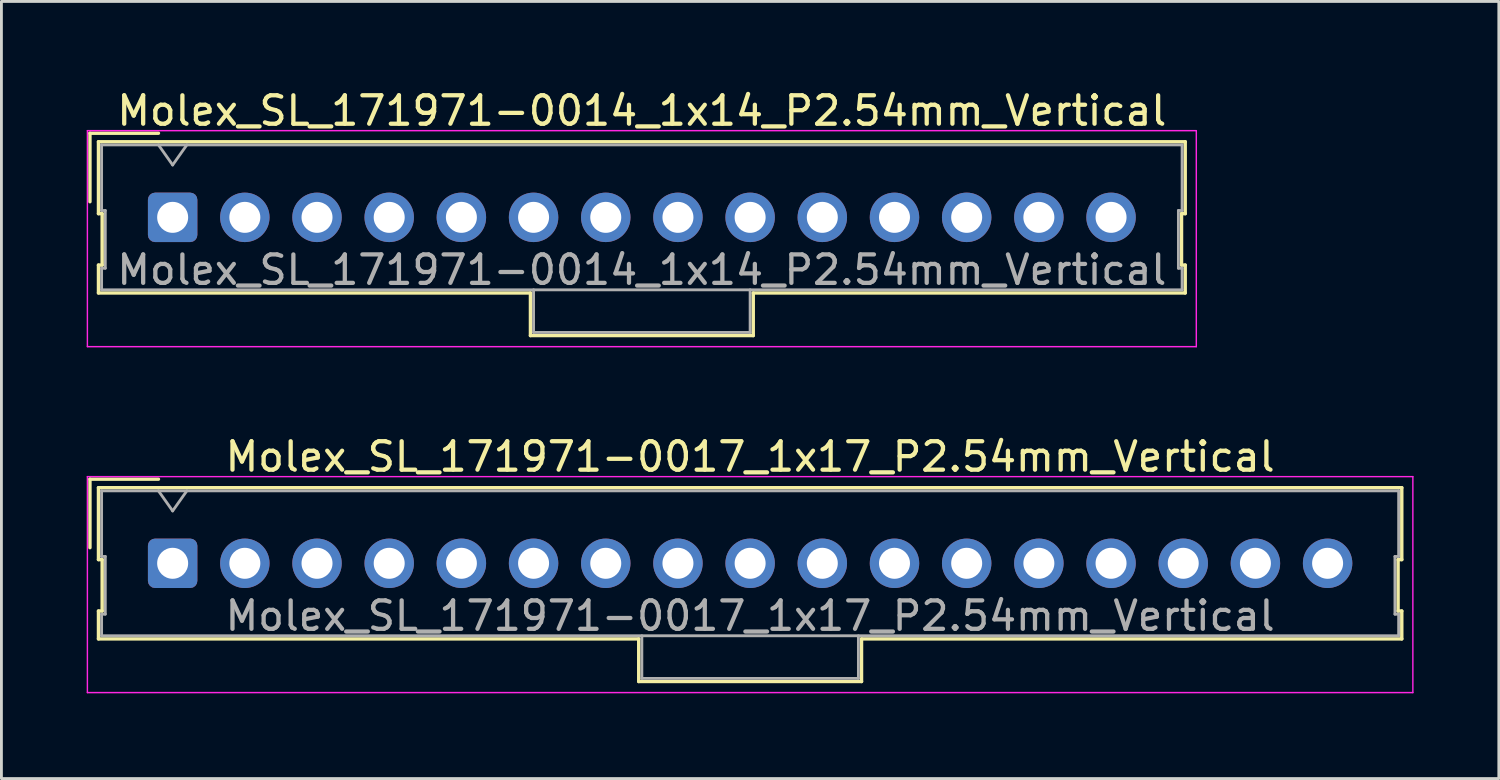
<source format=kicad_pcb>
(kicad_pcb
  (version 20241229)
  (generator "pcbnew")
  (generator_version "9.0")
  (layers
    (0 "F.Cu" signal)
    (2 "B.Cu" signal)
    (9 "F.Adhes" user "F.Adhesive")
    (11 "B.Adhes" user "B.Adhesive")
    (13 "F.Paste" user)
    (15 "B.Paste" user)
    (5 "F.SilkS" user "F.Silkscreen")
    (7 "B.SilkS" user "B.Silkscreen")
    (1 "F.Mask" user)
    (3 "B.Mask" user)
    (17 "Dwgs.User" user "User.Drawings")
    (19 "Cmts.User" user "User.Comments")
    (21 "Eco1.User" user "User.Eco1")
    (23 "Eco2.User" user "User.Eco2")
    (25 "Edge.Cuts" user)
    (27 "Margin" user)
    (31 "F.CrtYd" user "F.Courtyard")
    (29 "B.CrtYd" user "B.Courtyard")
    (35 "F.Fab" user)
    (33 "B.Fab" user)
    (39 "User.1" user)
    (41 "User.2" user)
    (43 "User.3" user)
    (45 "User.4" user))
  (footprint "Molex_SL_171971-0014_1x14_P2.54mm_Vertical"
    (layer "F.Cu")
    (at 3.025 4.598)
    (property "Reference" "Molex_SL_171971-0014_1x14_P2.54mm_Vertical" (at 16.51 -3.75 0) (layer "F.SilkS") (effects (font (size 1 1) (thickness 0.15))))
    (attr through_hole)
    (fp_line (start -2.91 -2.96) (end -0.5 -2.96) (stroke (width 0.12) (type solid)) (layer "F.SilkS"))
    (fp_line (start -2.91 -0.55) (end -2.91 -2.96) (stroke (width 0.12) (type solid)) (layer "F.SilkS"))
    (fp_line (start -2.61 -2.66) (end -2.61 -0.13) (stroke (width 0.12) (type solid)) (layer "F.SilkS"))
    (fp_line (start -2.61 -0.13) (end -2.48 -0.13) (stroke (width 0.12) (type solid)) (layer "F.SilkS"))
    (fp_line (start -2.61 1.68) (end -2.61 2.66) (stroke (width 0.12) (type solid)) (layer "F.SilkS"))
    (fp_line (start -2.61 2.66) (end 12.59 2.66) (stroke (width 0.12) (type solid)) (layer "F.SilkS"))
    (fp_line (start -2.48 -0.13) (end -2.48 1.68) (stroke (width 0.12) (type solid)) (layer "F.SilkS"))
    (fp_line (start -2.48 1.68) (end -2.61 1.68) (stroke (width 0.12) (type solid)) (layer "F.SilkS"))
    (fp_line (start 12.59 2.66) (end 12.59 4.16) (stroke (width 0.12) (type solid)) (layer "F.SilkS"))
    (fp_line (start 12.59 4.16) (end 20.43 4.16) (stroke (width 0.12) (type solid)) (layer "F.SilkS"))
    (fp_line (start 20.43 2.66) (end 35.63 2.66) (stroke (width 0.12) (type solid)) (layer "F.SilkS"))
    (fp_line (start 20.43 4.16) (end 20.43 2.66) (stroke (width 0.12) (type solid)) (layer "F.SilkS"))
    (fp_line (start 35.5 -0.13) (end 35.63 -0.13) (stroke (width 0.12) (type solid)) (layer "F.SilkS"))
    (fp_line (start 35.5 1.68) (end 35.5 -0.13) (stroke (width 0.12) (type solid)) (layer "F.SilkS"))
    (fp_line (start 35.63 -2.66) (end -2.61 -2.66) (stroke (width 0.12) (type solid)) (layer "F.SilkS"))
    (fp_line (start 35.63 -0.13) (end 35.63 -2.66) (stroke (width 0.12) (type solid)) (layer "F.SilkS"))
    (fp_line (start 35.63 1.68) (end 35.5 1.68) (stroke (width 0.12) (type solid)) (layer "F.SilkS"))
    (fp_line (start 35.63 2.66) (end 35.63 1.68) (stroke (width 0.12) (type solid)) (layer "F.SilkS"))
    (fp_line (start -3 -3.05) (end -3 4.55) (stroke (width 0.05) (type solid)) (layer "F.CrtYd"))
    (fp_line (start -3 4.55) (end 36.02 4.55) (stroke (width 0.05) (type solid)) (layer "F.CrtYd"))
    (fp_line (start 36.02 -3.05) (end -3 -3.05) (stroke (width 0.05) (type solid)) (layer "F.CrtYd"))
    (fp_line (start 36.02 4.55) (end 36.02 -3.05) (stroke (width 0.05) (type solid)) (layer "F.CrtYd"))
    (fp_line (start -2.5 -2.55) (end -2.5 -0.24) (stroke (width 0.1) (type solid)) (layer "F.Fab"))
    (fp_line (start -2.5 -0.24) (end -2.37 -0.24) (stroke (width 0.1) (type solid)) (layer "F.Fab"))
    (fp_line (start -2.5 1.79) (end -2.5 2.55) (stroke (width 0.1) (type solid)) (layer "F.Fab"))
    (fp_line (start -2.5 2.55) (end 35.52 2.55) (stroke (width 0.1) (type solid)) (layer "F.Fab"))
    (fp_line (start -2.37 -0.24) (end -2.37 1.79) (stroke (width 0.1) (type solid)) (layer "F.Fab"))
    (fp_line (start -2.37 1.79) (end -2.5 1.79) (stroke (width 0.1) (type solid)) (layer "F.Fab"))
    (fp_line (start 0 -1.843) (end -0.5 -2.55) (stroke (width 0.1) (type solid)) (layer "F.Fab"))
    (fp_line (start 0.5 -2.55) (end 0 -1.843) (stroke (width 0.1) (type solid)) (layer "F.Fab"))
    (fp_line (start 12.7 2.55) (end 12.7 4.05) (stroke (width 0.1) (type solid)) (layer "F.Fab"))
    (fp_line (start 12.7 4.05) (end 20.32 4.05) (stroke (width 0.1) (type solid)) (layer "F.Fab"))
    (fp_line (start 20.32 4.05) (end 20.32 2.55) (stroke (width 0.1) (type solid)) (layer "F.Fab"))
    (fp_line (start 35.39 -0.24) (end 35.52 -0.24) (stroke (width 0.1) (type solid)) (layer "F.Fab"))
    (fp_line (start 35.39 1.79) (end 35.39 -0.24) (stroke (width 0.1) (type solid)) (layer "F.Fab"))
    (fp_line (start 35.52 -2.55) (end -2.5 -2.55) (stroke (width 0.1) (type solid)) (layer "F.Fab"))
    (fp_line (start 35.52 -0.24) (end 35.52 -2.55) (stroke (width 0.1) (type solid)) (layer "F.Fab"))
    (fp_line (start 35.52 1.79) (end 35.39 1.79) (stroke (width 0.1) (type solid)) (layer "F.Fab"))
    (fp_line (start 35.52 2.55) (end 35.52 1.79) (stroke (width 0.1) (type solid)) (layer "F.Fab"))
    (fp_text user "${REFERENCE}" (at 16.51 1.85 0) (layer "F.Fab") (effects (font (size 1 1) (thickness 0.15))))
    (pad "1" thru_hole roundrect (at 0 0) (size 1.74 1.74) (drill 1.09) (layers "*.Cu" "*.Mask") (roundrect_rratio 0.144))
    (pad "2" thru_hole circle (at 2.54 0) (size 1.74 1.74) (drill 1.09) (layers "*.Cu" "*.Mask"))
    (pad "3" thru_hole circle (at 5.08 0) (size 1.74 1.74) (drill 1.09) (layers "*.Cu" "*.Mask"))
    (pad "4" thru_hole circle (at 7.62 0) (size 1.74 1.74) (drill 1.09) (layers "*.Cu" "*.Mask"))
    (pad "5" thru_hole circle (at 10.16 0) (size 1.74 1.74) (drill 1.09) (layers "*.Cu" "*.Mask"))
    (pad "6" thru_hole circle (at 12.7 0) (size 1.74 1.74) (drill 1.09) (layers "*.Cu" "*.Mask"))
    (pad "7" thru_hole circle (at 15.24 0) (size 1.74 1.74) (drill 1.09) (layers "*.Cu" "*.Mask"))
    (pad "8" thru_hole circle (at 17.78 0) (size 1.74 1.74) (drill 1.09) (layers "*.Cu" "*.Mask"))
    (pad "9" thru_hole circle (at 20.32 0) (size 1.74 1.74) (drill 1.09) (layers "*.Cu" "*.Mask"))
    (pad "10" thru_hole circle (at 22.86 0) (size 1.74 1.74) (drill 1.09) (layers "*.Cu" "*.Mask"))
    (pad "11" thru_hole circle (at 25.4 0) (size 1.74 1.74) (drill 1.09) (layers "*.Cu" "*.Mask"))
    (pad "12" thru_hole circle (at 27.94 0) (size 1.74 1.74) (drill 1.09) (layers "*.Cu" "*.Mask"))
    (pad "13" thru_hole circle (at 30.48 0) (size 1.74 1.74) (drill 1.09) (layers "*.Cu" "*.Mask"))
    (pad "14" thru_hole circle (at 33.02 0) (size 1.74 1.74) (drill 1.09) (layers "*.Cu" "*.Mask")))
  (footprint "Molex_SL_171971-0017_1x17_P2.54mm_Vertical"
    (layer "F.Cu")
    (at 3.025 16.771)
    (property "Reference" "Molex_SL_171971-0017_1x17_P2.54mm_Vertical" (at 20.32 -3.75 0) (layer "F.SilkS") (effects (font (size 1 1) (thickness 0.15))))
    (attr through_hole)
    (fp_line (start -2.91 -2.96) (end -0.5 -2.96) (stroke (width 0.12) (type solid)) (layer "F.SilkS"))
    (fp_line (start -2.91 -0.55) (end -2.91 -2.96) (stroke (width 0.12) (type solid)) (layer "F.SilkS"))
    (fp_line (start -2.61 -2.66) (end -2.61 -0.13) (stroke (width 0.12) (type solid)) (layer "F.SilkS"))
    (fp_line (start -2.61 -0.13) (end -2.48 -0.13) (stroke (width 0.12) (type solid)) (layer "F.SilkS"))
    (fp_line (start -2.61 1.68) (end -2.61 2.66) (stroke (width 0.12) (type solid)) (layer "F.SilkS"))
    (fp_line (start -2.61 2.66) (end 16.4 2.66) (stroke (width 0.12) (type solid)) (layer "F.SilkS"))
    (fp_line (start -2.48 -0.13) (end -2.48 1.68) (stroke (width 0.12) (type solid)) (layer "F.SilkS"))
    (fp_line (start -2.48 1.68) (end -2.61 1.68) (stroke (width 0.12) (type solid)) (layer "F.SilkS"))
    (fp_line (start 16.4 2.66) (end 16.4 4.16) (stroke (width 0.12) (type solid)) (layer "F.SilkS"))
    (fp_line (start 16.4 4.16) (end 24.24 4.16) (stroke (width 0.12) (type solid)) (layer "F.SilkS"))
    (fp_line (start 24.24 2.66) (end 43.25 2.66) (stroke (width 0.12) (type solid)) (layer "F.SilkS"))
    (fp_line (start 24.24 4.16) (end 24.24 2.66) (stroke (width 0.12) (type solid)) (layer "F.SilkS"))
    (fp_line (start 43.12 -0.13) (end 43.25 -0.13) (stroke (width 0.12) (type solid)) (layer "F.SilkS"))
    (fp_line (start 43.12 1.68) (end 43.12 -0.13) (stroke (width 0.12) (type solid)) (layer "F.SilkS"))
    (fp_line (start 43.25 -2.66) (end -2.61 -2.66) (stroke (width 0.12) (type solid)) (layer "F.SilkS"))
    (fp_line (start 43.25 -0.13) (end 43.25 -2.66) (stroke (width 0.12) (type solid)) (layer "F.SilkS"))
    (fp_line (start 43.25 1.68) (end 43.12 1.68) (stroke (width 0.12) (type solid)) (layer "F.SilkS"))
    (fp_line (start 43.25 2.66) (end 43.25 1.68) (stroke (width 0.12) (type solid)) (layer "F.SilkS"))
    (fp_line (start -3 -3.05) (end -3 4.55) (stroke (width 0.05) (type solid)) (layer "F.CrtYd"))
    (fp_line (start -3 4.55) (end 43.64 4.55) (stroke (width 0.05) (type solid)) (layer "F.CrtYd"))
    (fp_line (start 43.64 -3.05) (end -3 -3.05) (stroke (width 0.05) (type solid)) (layer "F.CrtYd"))
    (fp_line (start 43.64 4.55) (end 43.64 -3.05) (stroke (width 0.05) (type solid)) (layer "F.CrtYd"))
    (fp_line (start -2.5 -2.55) (end -2.5 -0.24) (stroke (width 0.1) (type solid)) (layer "F.Fab"))
    (fp_line (start -2.5 -0.24) (end -2.37 -0.24) (stroke (width 0.1) (type solid)) (layer "F.Fab"))
    (fp_line (start -2.5 1.79) (end -2.5 2.55) (stroke (width 0.1) (type solid)) (layer "F.Fab"))
    (fp_line (start -2.5 2.55) (end 43.14 2.55) (stroke (width 0.1) (type solid)) (layer "F.Fab"))
    (fp_line (start -2.37 -0.24) (end -2.37 1.79) (stroke (width 0.1) (type solid)) (layer "F.Fab"))
    (fp_line (start -2.37 1.79) (end -2.5 1.79) (stroke (width 0.1) (type solid)) (layer "F.Fab"))
    (fp_line (start 0 -1.843) (end -0.5 -2.55) (stroke (width 0.1) (type solid)) (layer "F.Fab"))
    (fp_line (start 0.5 -2.55) (end 0 -1.843) (stroke (width 0.1) (type solid)) (layer "F.Fab"))
    (fp_line (start 16.51 2.55) (end 16.51 4.05) (stroke (width 0.1) (type solid)) (layer "F.Fab"))
    (fp_line (start 16.51 4.05) (end 24.13 4.05) (stroke (width 0.1) (type solid)) (layer "F.Fab"))
    (fp_line (start 24.13 4.05) (end 24.13 2.55) (stroke (width 0.1) (type solid)) (layer "F.Fab"))
    (fp_line (start 43.01 -0.24) (end 43.14 -0.24) (stroke (width 0.1) (type solid)) (layer "F.Fab"))
    (fp_line (start 43.01 1.79) (end 43.01 -0.24) (stroke (width 0.1) (type solid)) (layer "F.Fab"))
    (fp_line (start 43.14 -2.55) (end -2.5 -2.55) (stroke (width 0.1) (type solid)) (layer "F.Fab"))
    (fp_line (start 43.14 -0.24) (end 43.14 -2.55) (stroke (width 0.1) (type solid)) (layer "F.Fab"))
    (fp_line (start 43.14 1.79) (end 43.01 1.79) (stroke (width 0.1) (type solid)) (layer "F.Fab"))
    (fp_line (start 43.14 2.55) (end 43.14 1.79) (stroke (width 0.1) (type solid)) (layer "F.Fab"))
    (fp_text user "${REFERENCE}" (at 20.32 1.85 0) (layer "F.Fab") (effects (font (size 1 1) (thickness 0.15))))
    (pad "1" thru_hole roundrect (at 0 0) (size 1.74 1.74) (drill 1.09) (layers "*.Cu" "*.Mask") (roundrect_rratio 0.144))
    (pad "2" thru_hole circle (at 2.54 0) (size 1.74 1.74) (drill 1.09) (layers "*.Cu" "*.Mask"))
    (pad "3" thru_hole circle (at 5.08 0) (size 1.74 1.74) (drill 1.09) (layers "*.Cu" "*.Mask"))
    (pad "4" thru_hole circle (at 7.62 0) (size 1.74 1.74) (drill 1.09) (layers "*.Cu" "*.Mask"))
    (pad "5" thru_hole circle (at 10.16 0) (size 1.74 1.74) (drill 1.09) (layers "*.Cu" "*.Mask"))
    (pad "6" thru_hole circle (at 12.7 0) (size 1.74 1.74) (drill 1.09) (layers "*.Cu" "*.Mask"))
    (pad "7" thru_hole circle (at 15.24 0) (size 1.74 1.74) (drill 1.09) (layers "*.Cu" "*.Mask"))
    (pad "8" thru_hole circle (at 17.78 0) (size 1.74 1.74) (drill 1.09) (layers "*.Cu" "*.Mask"))
    (pad "9" thru_hole circle (at 20.32 0) (size 1.74 1.74) (drill 1.09) (layers "*.Cu" "*.Mask"))
    (pad "10" thru_hole circle (at 22.86 0) (size 1.74 1.74) (drill 1.09) (layers "*.Cu" "*.Mask"))
    (pad "11" thru_hole circle (at 25.4 0) (size 1.74 1.74) (drill 1.09) (layers "*.Cu" "*.Mask"))
    (pad "12" thru_hole circle (at 27.94 0) (size 1.74 1.74) (drill 1.09) (layers "*.Cu" "*.Mask"))
    (pad "13" thru_hole circle (at 30.48 0) (size 1.74 1.74) (drill 1.09) (layers "*.Cu" "*.Mask"))
    (pad "14" thru_hole circle (at 33.02 0) (size 1.74 1.74) (drill 1.09) (layers "*.Cu" "*.Mask"))
    (pad "15" thru_hole circle (at 35.56 0) (size 1.74 1.74) (drill 1.09) (layers "*.Cu" "*.Mask"))
    (pad "16" thru_hole circle (at 38.1 0) (size 1.74 1.74) (drill 1.09) (layers "*.Cu" "*.Mask"))
    (pad "17" thru_hole circle (at 40.64 0) (size 1.74 1.74) (drill 1.09) (layers "*.Cu" "*.Mask")))
  (gr_rect
    (start -3 -3)
    (end 49.69 24.346)
    (stroke (width 0.1) (type default))
    (fill no)
    (layer "Edge.Cuts")))
</source>
